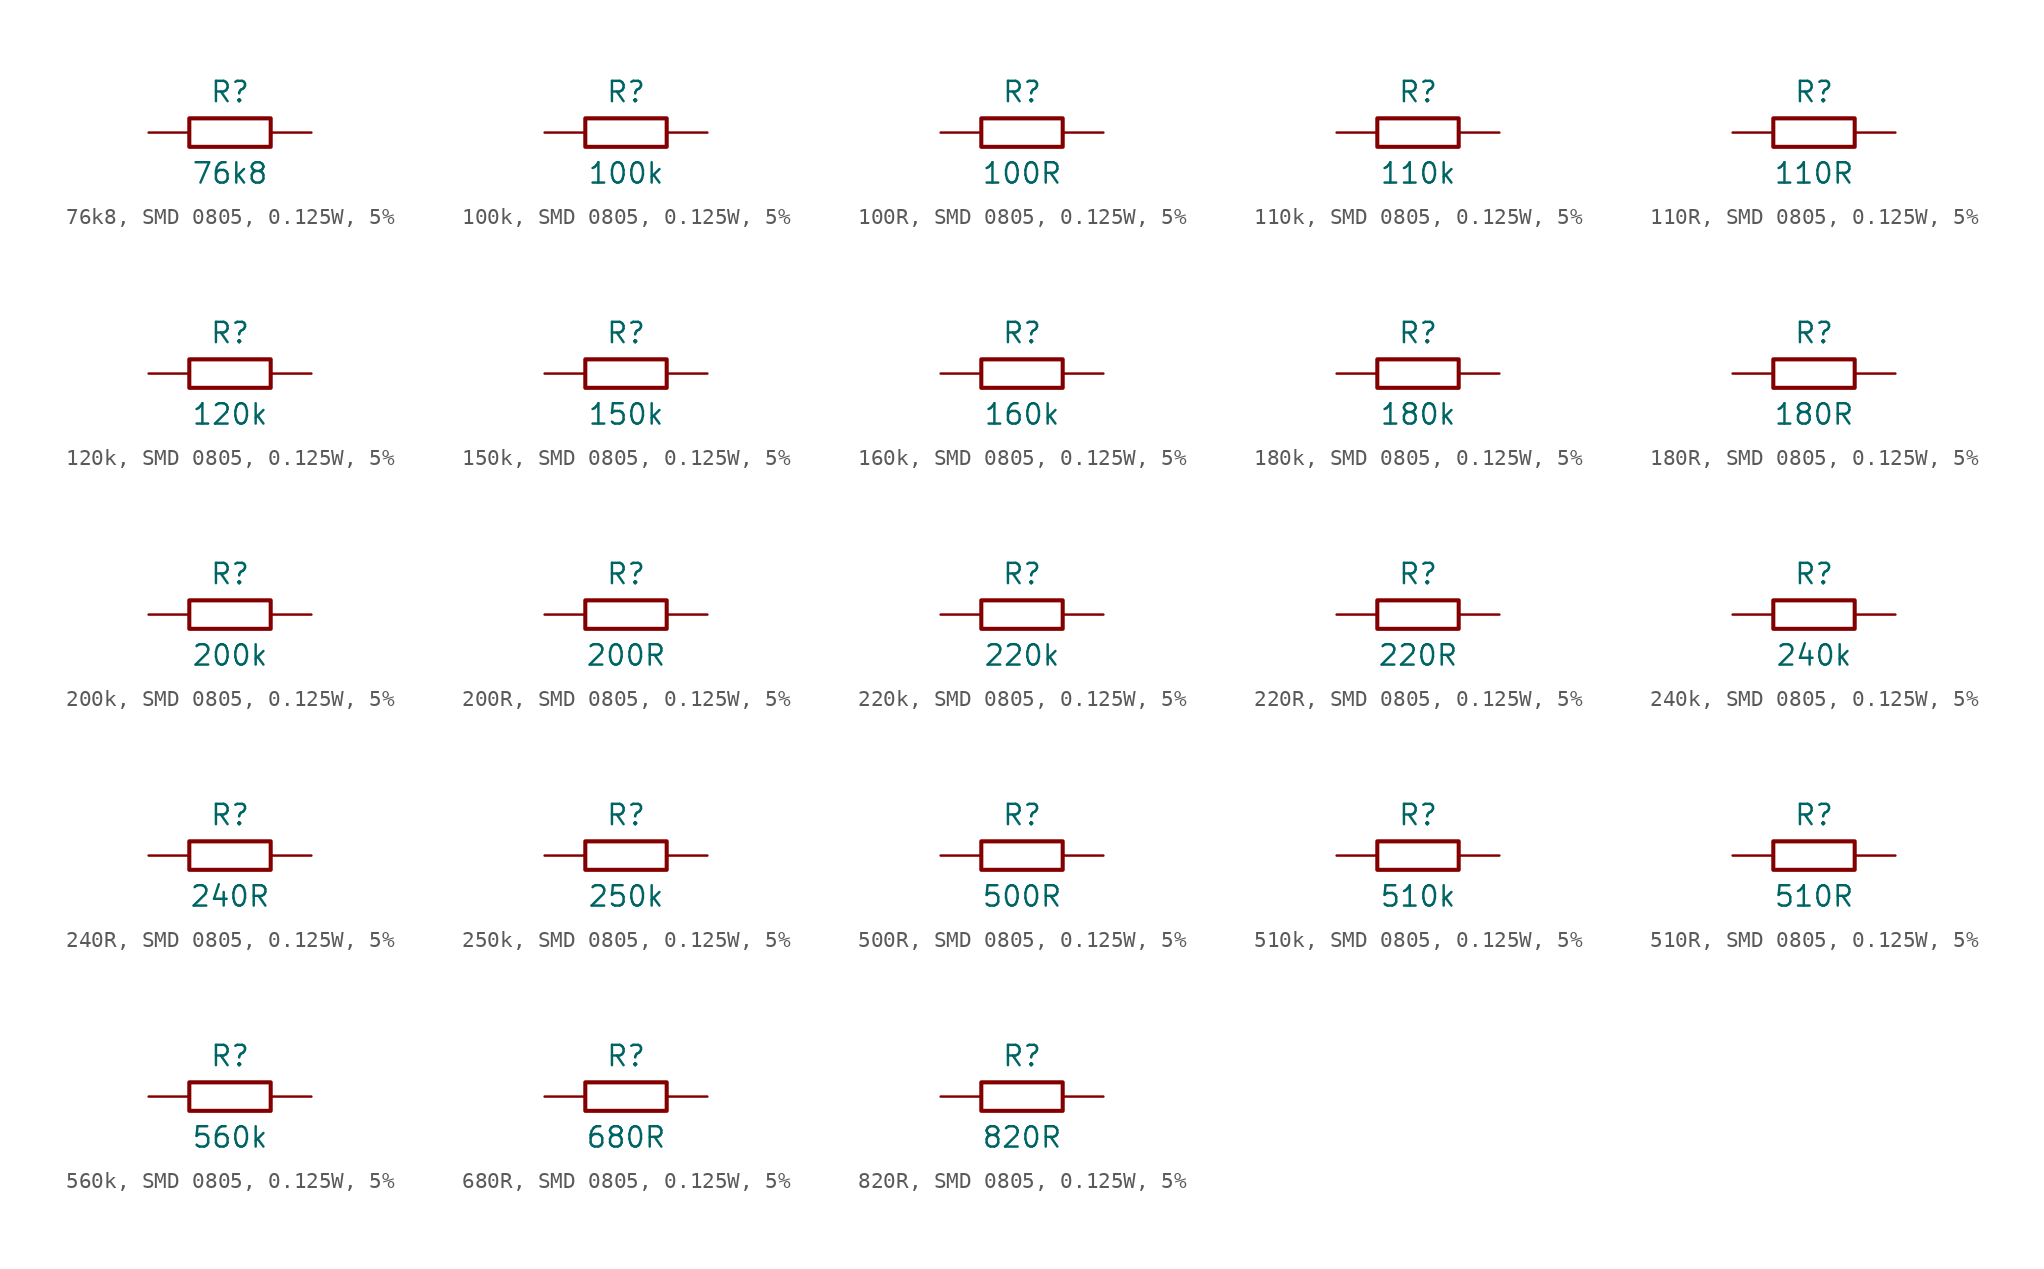
<source format=kicad_sym>
(kicad_symbol_lib
  (version 20241209)
  (generator "kicad_symbol_editor")
  (generator_version "9.0")
  (symbol "76k8, SMD 0805, 0.125W, 5%"
    (pin_numbers
      (hide yes))
    (pin_names
      (offset 0)
      (hide yes))
    (property "Reference" "R"
      (at 0 2.54 0)
      (effects (font (size 1.27 1.27))))
    (property "Value" "76k8"
      (at 0 -2.54 0)
      (effects (font (size 1.27 1.27))))
    (symbol "76k8, SMD 0805, 0.125W, 5%_0_1"
      (rectangle (start -2.54 0.889) (end 2.54 -0.889) (stroke (width 0.254) (type default)) (fill (type none))))
    (symbol "76k8, SMD 0805, 0.125W, 5%_1_1"
      (pin passive line (at -5.08 0 0) (length 2.54) (name "1" (effects (font (size 1.27 1.27)))) (number "1" (effects (font (size 1.27 1.27)))))
      (pin passive line (at 5.08 0 180) (length 2.54) (name "2" (effects (font (size 1.27 1.27)))) (number "2" (effects (font (size 1.27 1.27)))))))
  (symbol "100k, SMD 0805, 0.125W, 5%"
    (pin_numbers
      (hide yes))
    (pin_names
      (offset 0)
      (hide yes))
    (property "Reference" "R"
      (at 0 2.54 0)
      (effects (font (size 1.27 1.27))))
    (property "Value" "100k"
      (at 0 -2.54 0)
      (effects (font (size 1.27 1.27))))
    (symbol "100k, SMD 0805, 0.125W, 5%_0_1"
      (rectangle (start -2.54 0.889) (end 2.54 -0.889) (stroke (width 0.254) (type default)) (fill (type none))))
    (symbol "100k, SMD 0805, 0.125W, 5%_1_1"
      (pin passive line (at -5.08 0 0) (length 2.54) (name "1" (effects (font (size 1.27 1.27)))) (number "1" (effects (font (size 1.27 1.27)))))
      (pin passive line (at 5.08 0 180) (length 2.54) (name "2" (effects (font (size 1.27 1.27)))) (number "2" (effects (font (size 1.27 1.27)))))))
  (symbol "100R, SMD 0805, 0.125W, 5%"
    (pin_numbers
      (hide yes))
    (pin_names
      (offset 0)
      (hide yes))
    (property "Reference" "R"
      (at 0 2.54 0)
      (effects (font (size 1.27 1.27))))
    (property "Value" "100R"
      (at 0 -2.54 0)
      (effects (font (size 1.27 1.27))))
    (symbol "100R, SMD 0805, 0.125W, 5%_0_1"
      (rectangle (start -2.54 0.889) (end 2.54 -0.889) (stroke (width 0.254) (type default)) (fill (type none))))
    (symbol "100R, SMD 0805, 0.125W, 5%_1_1"
      (pin passive line (at -5.08 0 0) (length 2.54) (name "1" (effects (font (size 1.27 1.27)))) (number "1" (effects (font (size 1.27 1.27)))))
      (pin passive line (at 5.08 0 180) (length 2.54) (name "2" (effects (font (size 1.27 1.27)))) (number "2" (effects (font (size 1.27 1.27)))))))
  (symbol "110k, SMD 0805, 0.125W, 5%"
    (pin_numbers
      (hide yes))
    (pin_names
      (offset 0)
      (hide yes))
    (property "Reference" "R"
      (at 0 2.54 0)
      (effects (font (size 1.27 1.27))))
    (property "Value" "110k"
      (at 0 -2.54 0)
      (effects (font (size 1.27 1.27))))
    (symbol "110k, SMD 0805, 0.125W, 5%_0_1"
      (rectangle (start -2.54 0.889) (end 2.54 -0.889) (stroke (width 0.254) (type default)) (fill (type none))))
    (symbol "110k, SMD 0805, 0.125W, 5%_1_1"
      (pin passive line (at -5.08 0 0) (length 2.54) (name "1" (effects (font (size 1.27 1.27)))) (number "1" (effects (font (size 1.27 1.27)))))
      (pin passive line (at 5.08 0 180) (length 2.54) (name "2" (effects (font (size 1.27 1.27)))) (number "2" (effects (font (size 1.27 1.27)))))))
  (symbol "110R, SMD 0805, 0.125W, 5%"
    (pin_numbers
      (hide yes))
    (pin_names
      (offset 0)
      (hide yes))
    (property "Reference" "R"
      (at 0 2.54 0)
      (effects (font (size 1.27 1.27))))
    (property "Value" "110R"
      (at 0 -2.54 0)
      (effects (font (size 1.27 1.27))))
    (symbol "110R, SMD 0805, 0.125W, 5%_0_1"
      (rectangle (start -2.54 0.889) (end 2.54 -0.889) (stroke (width 0.254) (type default)) (fill (type none))))
    (symbol "110R, SMD 0805, 0.125W, 5%_1_1"
      (pin passive line (at -5.08 0 0) (length 2.54) (name "1" (effects (font (size 1.27 1.27)))) (number "1" (effects (font (size 1.27 1.27)))))
      (pin passive line (at 5.08 0 180) (length 2.54) (name "2" (effects (font (size 1.27 1.27)))) (number "2" (effects (font (size 1.27 1.27)))))))
  (symbol "120k, SMD 0805, 0.125W, 5%"
    (pin_numbers
      (hide yes))
    (pin_names
      (offset 0)
      (hide yes))
    (property "Reference" "R"
      (at 0 2.54 0)
      (effects (font (size 1.27 1.27))))
    (property "Value" "120k"
      (at 0 -2.54 0)
      (effects (font (size 1.27 1.27))))
    (symbol "120k, SMD 0805, 0.125W, 5%_0_1"
      (rectangle (start -2.54 0.889) (end 2.54 -0.889) (stroke (width 0.254) (type default)) (fill (type none))))
    (symbol "120k, SMD 0805, 0.125W, 5%_1_1"
      (pin passive line (at -5.08 0 0) (length 2.54) (name "1" (effects (font (size 1.27 1.27)))) (number "1" (effects (font (size 1.27 1.27)))))
      (pin passive line (at 5.08 0 180) (length 2.54) (name "2" (effects (font (size 1.27 1.27)))) (number "2" (effects (font (size 1.27 1.27)))))))
  (symbol "150k, SMD 0805, 0.125W, 5%"
    (pin_numbers
      (hide yes))
    (pin_names
      (offset 0)
      (hide yes))
    (property "Reference" "R"
      (at 0 2.54 0)
      (effects (font (size 1.27 1.27))))
    (property "Value" "150k"
      (at 0 -2.54 0)
      (effects (font (size 1.27 1.27))))
    (symbol "150k, SMD 0805, 0.125W, 5%_0_1"
      (rectangle (start -2.54 0.889) (end 2.54 -0.889) (stroke (width 0.254) (type default)) (fill (type none))))
    (symbol "150k, SMD 0805, 0.125W, 5%_1_1"
      (pin passive line (at -5.08 0 0) (length 2.54) (name "1" (effects (font (size 1.27 1.27)))) (number "1" (effects (font (size 1.27 1.27)))))
      (pin passive line (at 5.08 0 180) (length 2.54) (name "2" (effects (font (size 1.27 1.27)))) (number "2" (effects (font (size 1.27 1.27)))))))
  (symbol "160k, SMD 0805, 0.125W, 5%"
    (pin_numbers
      (hide yes))
    (pin_names
      (offset 0)
      (hide yes))
    (property "Reference" "R"
      (at 0 2.54 0)
      (effects (font (size 1.27 1.27))))
    (property "Value" "160k"
      (at 0 -2.54 0)
      (effects (font (size 1.27 1.27))))
    (symbol "160k, SMD 0805, 0.125W, 5%_0_1"
      (rectangle (start -2.54 0.889) (end 2.54 -0.889) (stroke (width 0.254) (type default)) (fill (type none))))
    (symbol "160k, SMD 0805, 0.125W, 5%_1_1"
      (pin passive line (at -5.08 0 0) (length 2.54) (name "1" (effects (font (size 1.27 1.27)))) (number "1" (effects (font (size 1.27 1.27)))))
      (pin passive line (at 5.08 0 180) (length 2.54) (name "2" (effects (font (size 1.27 1.27)))) (number "2" (effects (font (size 1.27 1.27)))))))
  (symbol "180k, SMD 0805, 0.125W, 5%"
    (pin_numbers
      (hide yes))
    (pin_names
      (offset 0)
      (hide yes))
    (property "Reference" "R"
      (at 0 2.54 0)
      (effects (font (size 1.27 1.27))))
    (property "Value" "180k"
      (at 0 -2.54 0)
      (effects (font (size 1.27 1.27))))
    (symbol "180k, SMD 0805, 0.125W, 5%_0_1"
      (rectangle (start -2.54 0.889) (end 2.54 -0.889) (stroke (width 0.254) (type default)) (fill (type none))))
    (symbol "180k, SMD 0805, 0.125W, 5%_1_1"
      (pin passive line (at -5.08 0 0) (length 2.54) (name "1" (effects (font (size 1.27 1.27)))) (number "1" (effects (font (size 1.27 1.27)))))
      (pin passive line (at 5.08 0 180) (length 2.54) (name "2" (effects (font (size 1.27 1.27)))) (number "2" (effects (font (size 1.27 1.27)))))))
  (symbol "180R, SMD 0805, 0.125W, 5%"
    (pin_numbers
      (hide yes))
    (pin_names
      (offset 0)
      (hide yes))
    (property "Reference" "R"
      (at 0 2.54 0)
      (effects (font (size 1.27 1.27))))
    (property "Value" "180R"
      (at 0 -2.54 0)
      (effects (font (size 1.27 1.27))))
    (symbol "180R, SMD 0805, 0.125W, 5%_0_1"
      (rectangle (start -2.54 0.889) (end 2.54 -0.889) (stroke (width 0.254) (type default)) (fill (type none))))
    (symbol "180R, SMD 0805, 0.125W, 5%_1_1"
      (pin passive line (at -5.08 0 0) (length 2.54) (name "1" (effects (font (size 1.27 1.27)))) (number "1" (effects (font (size 1.27 1.27)))))
      (pin passive line (at 5.08 0 180) (length 2.54) (name "2" (effects (font (size 1.27 1.27)))) (number "2" (effects (font (size 1.27 1.27)))))))
  (symbol "200k, SMD 0805, 0.125W, 5%"
    (pin_numbers
      (hide yes))
    (pin_names
      (offset 0)
      (hide yes))
    (property "Reference" "R"
      (at 0 2.54 0)
      (effects (font (size 1.27 1.27))))
    (property "Value" "200k"
      (at 0 -2.54 0)
      (effects (font (size 1.27 1.27))))
    (symbol "200k, SMD 0805, 0.125W, 5%_0_1"
      (rectangle (start -2.54 0.889) (end 2.54 -0.889) (stroke (width 0.254) (type default)) (fill (type none))))
    (symbol "200k, SMD 0805, 0.125W, 5%_1_1"
      (pin passive line (at -5.08 0 0) (length 2.54) (name "1" (effects (font (size 1.27 1.27)))) (number "1" (effects (font (size 1.27 1.27)))))
      (pin passive line (at 5.08 0 180) (length 2.54) (name "2" (effects (font (size 1.27 1.27)))) (number "2" (effects (font (size 1.27 1.27)))))))
  (symbol "200R, SMD 0805, 0.125W, 5%"
    (pin_numbers
      (hide yes))
    (pin_names
      (offset 0)
      (hide yes))
    (property "Reference" "R"
      (at 0 2.54 0)
      (effects (font (size 1.27 1.27))))
    (property "Value" "200R"
      (at 0 -2.54 0)
      (effects (font (size 1.27 1.27))))
    (symbol "200R, SMD 0805, 0.125W, 5%_0_1"
      (rectangle (start -2.54 0.889) (end 2.54 -0.889) (stroke (width 0.254) (type default)) (fill (type none))))
    (symbol "200R, SMD 0805, 0.125W, 5%_1_1"
      (pin passive line (at -5.08 0 0) (length 2.54) (name "1" (effects (font (size 1.27 1.27)))) (number "1" (effects (font (size 1.27 1.27)))))
      (pin passive line (at 5.08 0 180) (length 2.54) (name "2" (effects (font (size 1.27 1.27)))) (number "2" (effects (font (size 1.27 1.27)))))))
  (symbol "220k, SMD 0805, 0.125W, 5%"
    (pin_numbers
      (hide yes))
    (pin_names
      (offset 0)
      (hide yes))
    (property "Reference" "R"
      (at 0 2.54 0)
      (effects (font (size 1.27 1.27))))
    (property "Value" "220k"
      (at 0 -2.54 0)
      (effects (font (size 1.27 1.27))))
    (symbol "220k, SMD 0805, 0.125W, 5%_0_1"
      (rectangle (start -2.54 0.889) (end 2.54 -0.889) (stroke (width 0.254) (type default)) (fill (type none))))
    (symbol "220k, SMD 0805, 0.125W, 5%_1_1"
      (pin passive line (at -5.08 0 0) (length 2.54) (name "1" (effects (font (size 1.27 1.27)))) (number "1" (effects (font (size 1.27 1.27)))))
      (pin passive line (at 5.08 0 180) (length 2.54) (name "2" (effects (font (size 1.27 1.27)))) (number "2" (effects (font (size 1.27 1.27)))))))
  (symbol "220R, SMD 0805, 0.125W, 5%"
    (pin_numbers
      (hide yes))
    (pin_names
      (offset 0)
      (hide yes))
    (property "Reference" "R"
      (at 0 2.54 0)
      (effects (font (size 1.27 1.27))))
    (property "Value" "220R"
      (at 0 -2.54 0)
      (effects (font (size 1.27 1.27))))
    (symbol "220R, SMD 0805, 0.125W, 5%_0_1"
      (rectangle (start -2.54 0.889) (end 2.54 -0.889) (stroke (width 0.254) (type default)) (fill (type none))))
    (symbol "220R, SMD 0805, 0.125W, 5%_1_1"
      (pin passive line (at -5.08 0 0) (length 2.54) (name "1" (effects (font (size 1.27 1.27)))) (number "1" (effects (font (size 1.27 1.27)))))
      (pin passive line (at 5.08 0 180) (length 2.54) (name "2" (effects (font (size 1.27 1.27)))) (number "2" (effects (font (size 1.27 1.27)))))))
  (symbol "240k, SMD 0805, 0.125W, 5%"
    (pin_numbers
      (hide yes))
    (pin_names
      (offset 0)
      (hide yes))
    (property "Reference" "R"
      (at 0 2.54 0)
      (effects (font (size 1.27 1.27))))
    (property "Value" "240k"
      (at 0 -2.54 0)
      (effects (font (size 1.27 1.27))))
    (symbol "240k, SMD 0805, 0.125W, 5%_0_1"
      (rectangle (start -2.54 0.889) (end 2.54 -0.889) (stroke (width 0.254) (type default)) (fill (type none))))
    (symbol "240k, SMD 0805, 0.125W, 5%_1_1"
      (pin passive line (at -5.08 0 0) (length 2.54) (name "1" (effects (font (size 1.27 1.27)))) (number "1" (effects (font (size 1.27 1.27)))))
      (pin passive line (at 5.08 0 180) (length 2.54) (name "2" (effects (font (size 1.27 1.27)))) (number "2" (effects (font (size 1.27 1.27)))))))
  (symbol "240R, SMD 0805, 0.125W, 5%"
    (pin_numbers
      (hide yes))
    (pin_names
      (offset 0)
      (hide yes))
    (property "Reference" "R"
      (at 0 2.54 0)
      (effects (font (size 1.27 1.27))))
    (property "Value" "240R"
      (at 0 -2.54 0)
      (effects (font (size 1.27 1.27))))
    (symbol "240R, SMD 0805, 0.125W, 5%_0_1"
      (rectangle (start -2.54 0.889) (end 2.54 -0.889) (stroke (width 0.254) (type default)) (fill (type none))))
    (symbol "240R, SMD 0805, 0.125W, 5%_1_1"
      (pin passive line (at -5.08 0 0) (length 2.54) (name "1" (effects (font (size 1.27 1.27)))) (number "1" (effects (font (size 1.27 1.27)))))
      (pin passive line (at 5.08 0 180) (length 2.54) (name "2" (effects (font (size 1.27 1.27)))) (number "2" (effects (font (size 1.27 1.27)))))))
  (symbol "250k, SMD 0805, 0.125W, 5%"
    (pin_numbers
      (hide yes))
    (pin_names
      (offset 0)
      (hide yes))
    (property "Reference" "R"
      (at 0 2.54 0)
      (effects (font (size 1.27 1.27))))
    (property "Value" "250k"
      (at 0 -2.54 0)
      (effects (font (size 1.27 1.27))))
    (symbol "250k, SMD 0805, 0.125W, 5%_0_1"
      (rectangle (start -2.54 0.889) (end 2.54 -0.889) (stroke (width 0.254) (type default)) (fill (type none))))
    (symbol "250k, SMD 0805, 0.125W, 5%_1_1"
      (pin passive line (at -5.08 0 0) (length 2.54) (name "1" (effects (font (size 1.27 1.27)))) (number "1" (effects (font (size 1.27 1.27)))))
      (pin passive line (at 5.08 0 180) (length 2.54) (name "2" (effects (font (size 1.27 1.27)))) (number "2" (effects (font (size 1.27 1.27)))))))
  (symbol "500R, SMD 0805, 0.125W, 5%"
    (pin_numbers
      (hide yes))
    (pin_names
      (offset 0)
      (hide yes))
    (property "Reference" "R"
      (at 0 2.54 0)
      (effects (font (size 1.27 1.27))))
    (property "Value" "500R"
      (at 0 -2.54 0)
      (effects (font (size 1.27 1.27))))
    (symbol "500R, SMD 0805, 0.125W, 5%_0_1"
      (rectangle (start -2.54 0.889) (end 2.54 -0.889) (stroke (width 0.254) (type default)) (fill (type none))))
    (symbol "500R, SMD 0805, 0.125W, 5%_1_1"
      (pin passive line (at -5.08 0 0) (length 2.54) (name "1" (effects (font (size 1.27 1.27)))) (number "1" (effects (font (size 1.27 1.27)))))
      (pin passive line (at 5.08 0 180) (length 2.54) (name "2" (effects (font (size 1.27 1.27)))) (number "2" (effects (font (size 1.27 1.27)))))))
  (symbol "510k, SMD 0805, 0.125W, 5%"
    (pin_numbers
      (hide yes))
    (pin_names
      (offset 0)
      (hide yes))
    (property "Reference" "R"
      (at 0 2.54 0)
      (effects (font (size 1.27 1.27))))
    (property "Value" "510k"
      (at 0 -2.54 0)
      (effects (font (size 1.27 1.27))))
    (symbol "510k, SMD 0805, 0.125W, 5%_0_1"
      (rectangle (start -2.54 0.889) (end 2.54 -0.889) (stroke (width 0.254) (type default)) (fill (type none))))
    (symbol "510k, SMD 0805, 0.125W, 5%_1_1"
      (pin passive line (at -5.08 0 0) (length 2.54) (name "1" (effects (font (size 1.27 1.27)))) (number "1" (effects (font (size 1.27 1.27)))))
      (pin passive line (at 5.08 0 180) (length 2.54) (name "2" (effects (font (size 1.27 1.27)))) (number "2" (effects (font (size 1.27 1.27)))))))
  (symbol "510R, SMD 0805, 0.125W, 5%"
    (pin_numbers
      (hide yes))
    (pin_names
      (offset 0)
      (hide yes))
    (property "Reference" "R"
      (at 0 2.54 0)
      (effects (font (size 1.27 1.27))))
    (property "Value" "510R"
      (at 0 -2.54 0)
      (effects (font (size 1.27 1.27))))
    (symbol "510R, SMD 0805, 0.125W, 5%_0_1"
      (rectangle (start -2.54 0.889) (end 2.54 -0.889) (stroke (width 0.254) (type default)) (fill (type none))))
    (symbol "510R, SMD 0805, 0.125W, 5%_1_1"
      (pin passive line (at -5.08 0 0) (length 2.54) (name "1" (effects (font (size 1.27 1.27)))) (number "1" (effects (font (size 1.27 1.27)))))
      (pin passive line (at 5.08 0 180) (length 2.54) (name "2" (effects (font (size 1.27 1.27)))) (number "2" (effects (font (size 1.27 1.27)))))))
  (symbol "560k, SMD 0805, 0.125W, 5%"
    (pin_numbers
      (hide yes))
    (pin_names
      (offset 0)
      (hide yes))
    (property "Reference" "R"
      (at 0 2.54 0)
      (effects (font (size 1.27 1.27))))
    (property "Value" "560k"
      (at 0 -2.54 0)
      (effects (font (size 1.27 1.27))))
    (symbol "560k, SMD 0805, 0.125W, 5%_0_1"
      (rectangle (start -2.54 0.889) (end 2.54 -0.889) (stroke (width 0.254) (type default)) (fill (type none))))
    (symbol "560k, SMD 0805, 0.125W, 5%_1_1"
      (pin passive line (at -5.08 0 0) (length 2.54) (name "1" (effects (font (size 1.27 1.27)))) (number "1" (effects (font (size 1.27 1.27)))))
      (pin passive line (at 5.08 0 180) (length 2.54) (name "2" (effects (font (size 1.27 1.27)))) (number "2" (effects (font (size 1.27 1.27)))))))
  (symbol "680R, SMD 0805, 0.125W, 5%"
    (pin_numbers
      (hide yes))
    (pin_names
      (offset 0)
      (hide yes))
    (property "Reference" "R"
      (at 0 2.54 0)
      (effects (font (size 1.27 1.27))))
    (property "Value" "680R"
      (at 0 -2.54 0)
      (effects (font (size 1.27 1.27))))
    (symbol "680R, SMD 0805, 0.125W, 5%_0_1"
      (rectangle (start -2.54 0.889) (end 2.54 -0.889) (stroke (width 0.254) (type default)) (fill (type none))))
    (symbol "680R, SMD 0805, 0.125W, 5%_1_1"
      (pin passive line (at -5.08 0 0) (length 2.54) (name "1" (effects (font (size 1.27 1.27)))) (number "1" (effects (font (size 1.27 1.27)))))
      (pin passive line (at 5.08 0 180) (length 2.54) (name "2" (effects (font (size 1.27 1.27)))) (number "2" (effects (font (size 1.27 1.27)))))))
  (symbol "820R, SMD 0805, 0.125W, 5%"
    (pin_numbers
      (hide yes))
    (pin_names
      (offset 0)
      (hide yes))
    (property "Reference" "R"
      (at 0 2.54 0)
      (effects (font (size 1.27 1.27))))
    (property "Value" "820R"
      (at 0 -2.54 0)
      (effects (font (size 1.27 1.27))))
    (symbol "820R, SMD 0805, 0.125W, 5%_0_1"
      (rectangle (start -2.54 0.889) (end 2.54 -0.889) (stroke (width 0.254) (type default)) (fill (type none))))
    (symbol "820R, SMD 0805, 0.125W, 5%_1_1"
      (pin passive line (at -5.08 0 0) (length 2.54) (name "1" (effects (font (size 1.27 1.27)))) (number "1" (effects (font (size 1.27 1.27)))))
      (pin passive line (at 5.08 0 180) (length 2.54) (name "2" (effects (font (size 1.27 1.27)))) (number "2" (effects (font (size 1.27 1.27))))))))
</source>
